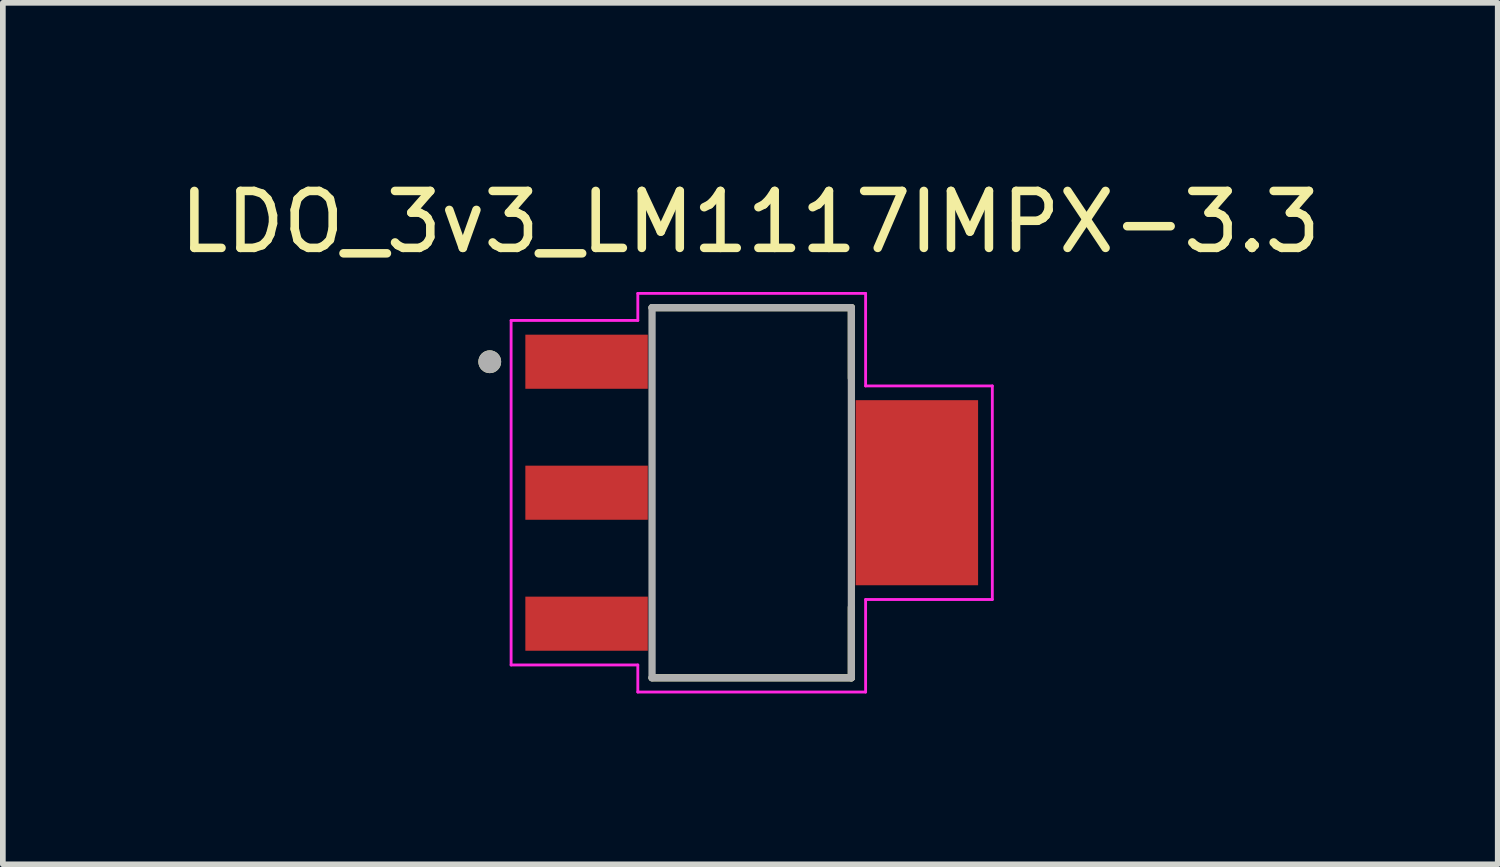
<source format=kicad_pcb>
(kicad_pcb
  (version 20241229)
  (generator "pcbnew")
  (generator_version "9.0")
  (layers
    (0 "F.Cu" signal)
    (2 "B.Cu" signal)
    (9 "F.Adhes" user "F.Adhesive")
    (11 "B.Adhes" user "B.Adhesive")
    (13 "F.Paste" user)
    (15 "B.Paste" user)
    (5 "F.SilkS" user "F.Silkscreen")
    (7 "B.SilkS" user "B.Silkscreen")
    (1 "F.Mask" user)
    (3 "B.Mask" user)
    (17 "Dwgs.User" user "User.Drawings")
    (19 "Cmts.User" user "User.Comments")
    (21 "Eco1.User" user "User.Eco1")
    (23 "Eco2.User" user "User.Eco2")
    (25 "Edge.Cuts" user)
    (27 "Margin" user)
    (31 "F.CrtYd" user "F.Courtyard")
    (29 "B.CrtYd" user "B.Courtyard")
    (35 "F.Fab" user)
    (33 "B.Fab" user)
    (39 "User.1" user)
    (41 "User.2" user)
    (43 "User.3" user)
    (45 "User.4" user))
  (footprint "LDO_3v3_LM1117IMPX-3.3"
    (layer "F.Cu")
    (at 10.15 5.602)
    (property "Reference" "LDO_3v3_LM1117IMPX-3.3" (at -0.025 -4.754 0) (layer "F.SilkS") (effects (font (size 1 1) (thickness 0.15))))
    (attr through_hole)
    (fp_line (start -1.75 -3.25) (end 1.75 -3.25) (stroke (width 0.127) (type solid)) (layer "F.SilkS"))
    (fp_line (start -1.75 3.25) (end 1.75 3.25) (stroke (width 0.127) (type solid)) (layer "F.SilkS"))
    (fp_line (start 1.75 -3.25) (end 1.75 -2.01) (stroke (width 0.127) (type solid)) (layer "F.SilkS"))
    (fp_line (start 1.75 3.25) (end 1.75 2.01) (stroke (width 0.127) (type solid)) (layer "F.SilkS"))
    (fp_circle (center -4.6 -2.3) (end -4.5 -2.3) (stroke (width 0.2) (type solid)) (fill no) (layer "F.SilkS"))
    (fp_line (start -4.225 -3.025) (end -4.225 3.025) (stroke (width 0.05) (type solid)) (layer "F.CrtYd"))
    (fp_line (start -4.225 3.025) (end -2 3.025) (stroke (width 0.05) (type solid)) (layer "F.CrtYd"))
    (fp_line (start -2 -3.5) (end -2 -3.025) (stroke (width 0.05) (type solid)) (layer "F.CrtYd"))
    (fp_line (start -2 -3.025) (end -4.225 -3.025) (stroke (width 0.05) (type solid)) (layer "F.CrtYd"))
    (fp_line (start -2 3.025) (end -2 3.5) (stroke (width 0.05) (type solid)) (layer "F.CrtYd"))
    (fp_line (start -2 3.5) (end 2 3.5) (stroke (width 0.05) (type solid)) (layer "F.CrtYd"))
    (fp_line (start 2 -3.5) (end -2 -3.5) (stroke (width 0.05) (type solid)) (layer "F.CrtYd"))
    (fp_line (start 2 -1.875) (end 2 -3.5) (stroke (width 0.05) (type solid)) (layer "F.CrtYd"))
    (fp_line (start 2 1.875) (end 4.225 1.875) (stroke (width 0.05) (type solid)) (layer "F.CrtYd"))
    (fp_line (start 2 3.5) (end 2 1.875) (stroke (width 0.05) (type solid)) (layer "F.CrtYd"))
    (fp_line (start 4.225 -1.875) (end 2 -1.875) (stroke (width 0.05) (type solid)) (layer "F.CrtYd"))
    (fp_line (start 4.225 1.875) (end 4.225 -1.875) (stroke (width 0.05) (type solid)) (layer "F.CrtYd"))
    (fp_line (start -1.75 -3.25) (end -1.75 3.25) (stroke (width 0.127) (type solid)) (layer "F.Fab"))
    (fp_line (start 1.75 -3.25) (end -1.75 -3.25) (stroke (width 0.127) (type solid)) (layer "F.Fab"))
    (fp_line (start 1.75 -3.25) (end 1.75 3.25) (stroke (width 0.127) (type solid)) (layer "F.Fab"))
    (fp_line (start 1.75 3.25) (end -1.75 3.25) (stroke (width 0.127) (type solid)) (layer "F.Fab"))
    (fp_circle (center -4.6 -2.3) (end -4.5 -2.3) (stroke (width 0.2) (type solid)) (fill no) (layer "F.Fab"))
    (pad "1" smd rect (at -2.9 -2.3) (size 2.15 0.95) (layers "F.Cu" "F.Mask" "F.Paste"))
    (pad "2" smd rect (at -2.9 0) (size 2.15 0.95) (layers "F.Cu" "F.Mask" "F.Paste"))
    (pad "3" smd rect (at -2.9 2.3) (size 2.15 0.95) (layers "F.Cu" "F.Mask" "F.Paste"))
    (pad "4" smd rect (at 2.9 0) (size 2.15 3.25) (layers "F.Cu" "F.Mask" "F.Paste")))
  (gr_rect
    (start -3 -3)
    (end 23.25 12.127)
    (stroke (width 0.1) (type default))
    (fill no)
    (layer "Edge.Cuts")))
</source>
